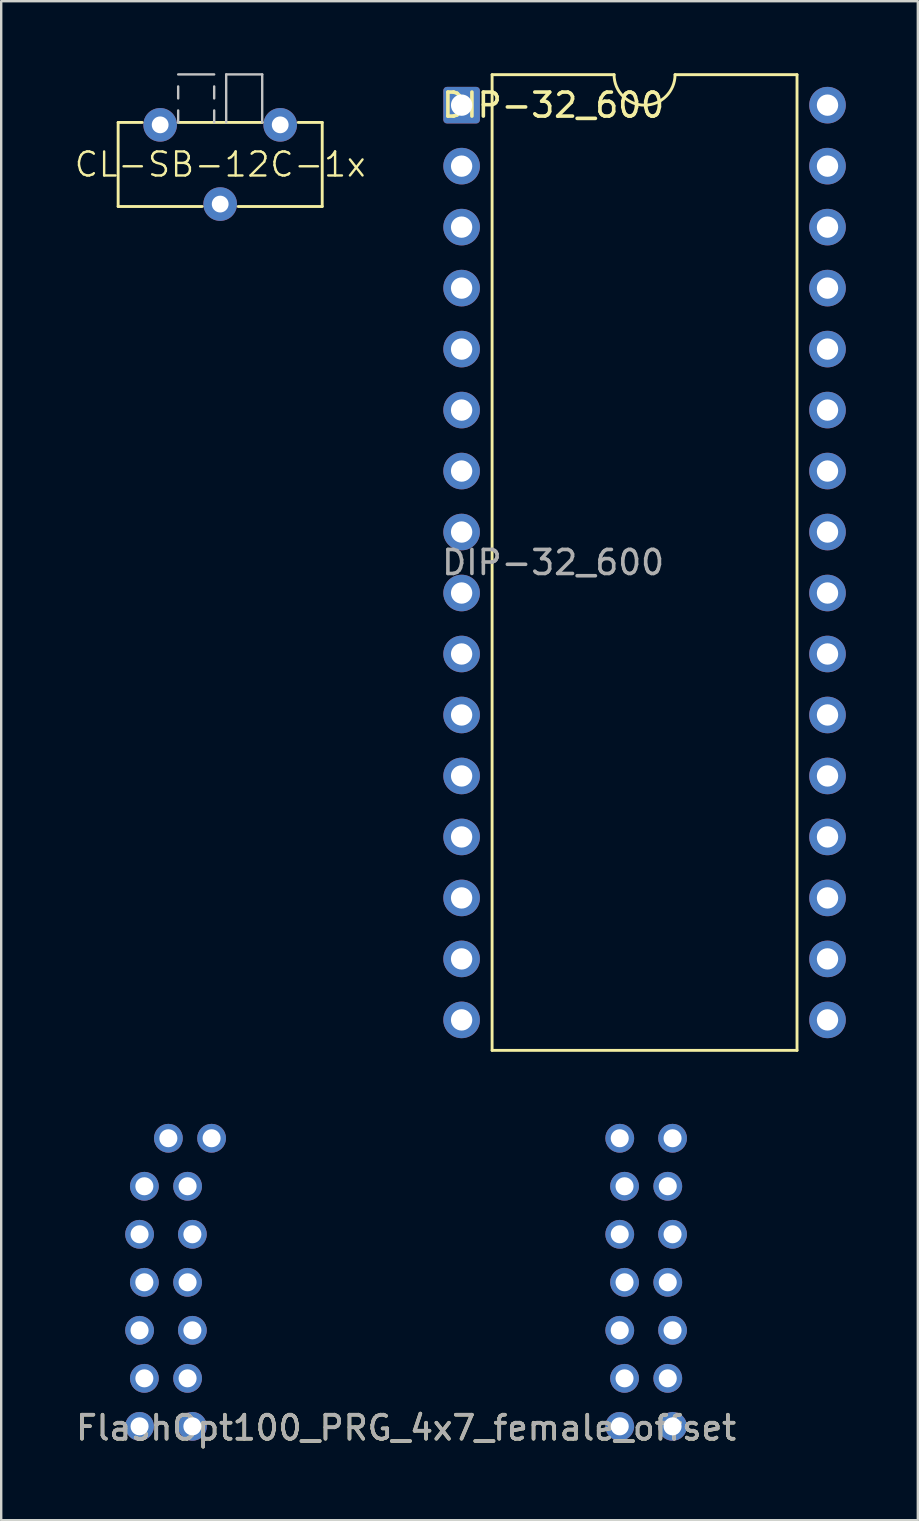
<source format=kicad_pcb>
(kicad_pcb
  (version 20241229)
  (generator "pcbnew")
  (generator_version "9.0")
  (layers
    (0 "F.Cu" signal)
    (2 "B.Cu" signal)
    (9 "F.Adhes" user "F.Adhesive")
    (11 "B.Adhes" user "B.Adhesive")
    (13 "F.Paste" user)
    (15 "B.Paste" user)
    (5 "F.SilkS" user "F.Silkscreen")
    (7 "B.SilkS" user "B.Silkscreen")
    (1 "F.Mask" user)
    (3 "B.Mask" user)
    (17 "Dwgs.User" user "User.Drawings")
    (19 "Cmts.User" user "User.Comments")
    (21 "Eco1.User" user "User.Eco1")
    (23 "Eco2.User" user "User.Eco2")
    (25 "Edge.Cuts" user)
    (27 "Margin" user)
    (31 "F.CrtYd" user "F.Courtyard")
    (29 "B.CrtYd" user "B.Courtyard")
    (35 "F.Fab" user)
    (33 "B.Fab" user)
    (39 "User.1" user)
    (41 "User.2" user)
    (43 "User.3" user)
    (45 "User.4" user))
  (footprint "CL-SB-12C-1x"
    (layer "F.Cu")
    (at 6.121 3.8)
    (property "Reference" "CL-SB-12C-1x" (at 0 0 0) (layer "F.SilkS") (effects (font (size 1 1) (thickness 0.1))))
    (attr through_hole)
    (fp_line (start -4.25 -1.75) (end -3.25 -1.75) (stroke (width 0.12) (type solid)) (layer "F.SilkS"))
    (fp_line (start -4.25 1.75) (end -4.25 -1.75) (stroke (width 0.12) (type solid)) (layer "F.SilkS"))
    (fp_line (start -4.25 1.75) (end -0.75 1.75) (stroke (width 0.12) (type solid)) (layer "F.SilkS"))
    (fp_line (start -1.75 -1.75) (end 1.75 -1.75) (stroke (width 0.12) (type solid)) (layer "F.SilkS"))
    (fp_line (start 0.75 1.75) (end 4.25 1.75) (stroke (width 0.12) (type solid)) (layer "F.SilkS"))
    (fp_line (start 3.25 -1.75) (end 4.25 -1.75) (stroke (width 0.12) (type solid)) (layer "F.SilkS"))
    (fp_line (start 4.25 -1.75) (end 4.25 1.75) (stroke (width 0.12) (type solid)) (layer "F.SilkS"))
    (fp_line (start -1.75 -2.75) (end -1.75 -3.25) (stroke (width 0.1) (type solid)) (layer "Dwgs.User"))
    (fp_line (start -1.75 -2.25) (end -1.75 -1.75) (stroke (width 0.1) (type solid)) (layer "Dwgs.User"))
    (fp_line (start -0.25 -3.75) (end -1.75 -3.75) (stroke (width 0.1) (type solid)) (layer "Dwgs.User"))
    (fp_line (start -0.25 -2.75) (end -0.25 -3.25) (stroke (width 0.1) (type solid)) (layer "Dwgs.User"))
    (fp_line (start -0.25 -1.75) (end -0.25 -2.25) (stroke (width 0.1) (type solid)) (layer "Dwgs.User"))
    (fp_line (start 0.25 -3.75) (end 0.25 -1.75) (stroke (width 0.1) (type solid)) (layer "Dwgs.User"))
    (fp_line (start 1.75 -3.75) (end 0.25 -3.75) (stroke (width 0.1) (type solid)) (layer "Dwgs.User"))
    (fp_line (start 1.75 -1.75) (end 1.75 -3.75) (stroke (width 0.1) (type solid)) (layer "Dwgs.User"))
    (pad "1" thru_hole circle (at 2.5 -1.65) (size 1.4 1.4) (drill 0.7) (layers "*.Cu" "*.Mask"))
    (pad "2" thru_hole circle (at 0 1.65) (size 1.4 1.4) (drill 0.7) (layers "*.Cu" "*.Mask"))
    (pad "3" thru_hole circle (at -2.5 -1.65) (size 1.4 1.4) (drill 0.7) (layers "*.Cu" "*.Mask")))
  (footprint "FlashOpt100_PRG_4x7_female_offset"
    (layer "F.Cu")
    (at 13.863 50.36)
    (property "Reference" "FlashOpt100_PRG_4x7_female_offset" (at 0 6.06 0) (unlocked yes) (layer "F.SilkS") (effects (font (size 1 1) (thickness 0.15))))
    (attr through_hole)
    (fp_rect (start -11.25 -0.25) (end -10.75 0.25) (stroke (width 0.01) (type solid)) (fill no) (layer "Dwgs.User"))
    (fp_text user "${REFERENCE}" (at 0 6.06 0) (layer "F.Fab") (effects (font (size 1 1) (thickness 0.15))))
    (pad "1" thru_hole circle (at -8.1 -6) (size 1.2 1.2) (drill 0.75) (layers "*.Cu" "*.Mask"))
    (pad "2" thru_hole circle (at -9.9 -6) (size 1.2 1.2) (drill 0.75) (layers "*.Cu" "*.Mask"))
    (pad "3" thru_hole circle (at -9.1 -4) (size 1.2 1.2) (drill 0.75) (layers "*.Cu" "*.Mask"))
    (pad "4" thru_hole circle (at -10.9 -4) (size 1.2 1.2) (drill 0.75) (layers "*.Cu" "*.Mask"))
    (pad "5" thru_hole circle (at -8.9 -2) (size 1.2 1.2) (drill 0.75) (layers "*.Cu" "*.Mask"))
    (pad "6" thru_hole circle (at -11.1 -2) (size 1.2 1.2) (drill 0.75) (layers "*.Cu" "*.Mask"))
    (pad "7" thru_hole circle (at -9.1 0) (size 1.2 1.2) (drill 0.75) (layers "*.Cu" "*.Mask"))
    (pad "8" thru_hole circle (at -10.9 0) (size 1.2 1.2) (drill 0.75) (layers "*.Cu" "*.Mask"))
    (pad "9" thru_hole circle (at -8.9 2) (size 1.2 1.2) (drill 0.75) (layers "*.Cu" "*.Mask"))
    (pad "10" thru_hole circle (at -11.1 2) (size 1.2 1.2) (drill 0.75) (layers "*.Cu" "*.Mask"))
    (pad "11" thru_hole circle (at -9.1 4) (size 1.2 1.2) (drill 0.75) (layers "*.Cu" "*.Mask"))
    (pad "12" thru_hole circle (at -10.9 4) (size 1.2 1.2) (drill 0.75) (layers "*.Cu" "*.Mask"))
    (pad "13" thru_hole circle (at -8.9 6) (size 1.2 1.2) (drill 0.75) (layers "*.Cu" "*.Mask"))
    (pad "14" thru_hole circle (at -11.1 6) (size 1.2 1.2) (drill 0.75) (layers "*.Cu" "*.Mask"))
    (pad "15" thru_hole circle (at 8.9 6) (size 1.2 1.2) (drill 0.75) (layers "*.Cu" "*.Mask"))
    (pad "16" thru_hole circle (at 11.1 6) (size 1.2 1.2) (drill 0.75) (layers "*.Cu" "*.Mask"))
    (pad "17" thru_hole circle (at 9.1 4) (size 1.2 1.2) (drill 0.75) (layers "*.Cu" "*.Mask"))
    (pad "18" thru_hole circle (at 10.9 4) (size 1.2 1.2) (drill 0.75) (layers "*.Cu" "*.Mask"))
    (pad "19" thru_hole circle (at 8.9 2) (size 1.2 1.2) (drill 0.75) (layers "*.Cu" "*.Mask"))
    (pad "20" thru_hole circle (at 11.1 2) (size 1.2 1.2) (drill 0.75) (layers "*.Cu" "*.Mask"))
    (pad "21" thru_hole circle (at 9.1 0) (size 1.2 1.2) (drill 0.75) (layers "*.Cu" "*.Mask"))
    (pad "22" thru_hole circle (at 10.9 0) (size 1.2 1.2) (drill 0.75) (layers "*.Cu" "*.Mask"))
    (pad "23" thru_hole circle (at 8.9 -2) (size 1.2 1.2) (drill 0.75) (layers "*.Cu" "*.Mask"))
    (pad "24" thru_hole circle (at 11.1 -2) (size 1.2 1.2) (drill 0.75) (layers "*.Cu" "*.Mask"))
    (pad "25" thru_hole circle (at 9.1 -4) (size 1.2 1.2) (drill 0.75) (layers "*.Cu" "*.Mask"))
    (pad "26" thru_hole circle (at 10.9 -4) (size 1.2 1.2) (drill 0.75) (layers "*.Cu" "*.Mask"))
    (pad "27" thru_hole circle (at 8.9 -6) (size 1.2 1.2) (drill 0.75) (layers "*.Cu" "*.Mask"))
    (pad "28" thru_hole circle (at 11.1 -6) (size 1.2 1.2) (drill 0.75) (layers "*.Cu" "*.Mask")))
  (footprint "DIP-32_600"
    (layer "F.Cu")
    (at 23.797 20.38)
    (property "Reference" "DIP-32_600" (at -3.81 -19.05 0) (layer "F.SilkS") (effects (font (size 1 1) (thickness 0.15))))
    (attr through_hole)
    (fp_line (start -6.35 -20.32) (end -6.35 20.32) (stroke (width 0.12) (type solid)) (layer "F.SilkS"))
    (fp_line (start -6.35 20.32) (end 6.35 20.32) (stroke (width 0.12) (type solid)) (layer "F.SilkS"))
    (fp_line (start -1.27 -20.32) (end -6.35 -20.32) (stroke (width 0.12) (type solid)) (layer "F.SilkS"))
    (fp_line (start 6.35 -20.32) (end 1.27 -20.32) (stroke (width 0.12) (type solid)) (layer "F.SilkS"))
    (fp_line (start 6.35 20.32) (end 6.35 -20.32) (stroke (width 0.12) (type solid)) (layer "F.SilkS"))
    (fp_arc (start 1.27 -20.32) (mid 0 -19.05) (end -1.27 -20.32) (stroke (width 0.12) (type solid)) (layer "F.SilkS"))
    (fp_text user "${REFERENCE}" (at -3.81 0 0) (layer "F.Fab") (effects (font (size 1 1) (thickness 0.15))))
    (pad "1" thru_hole roundrect (at -7.62 -19.05) (size 1.524 1.524) (drill 0.889) (layers "*.Cu" "*.Mask") (roundrect_rratio 0.1))
    (pad "2" thru_hole circle (at -7.62 -16.51) (size 1.524 1.524) (drill 0.889) (layers "*.Cu" "*.Mask"))
    (pad "3" thru_hole circle (at -7.62 -13.97) (size 1.524 1.524) (drill 0.889) (layers "*.Cu" "*.Mask"))
    (pad "4" thru_hole circle (at -7.62 -11.43) (size 1.524 1.524) (drill 0.889) (layers "*.Cu" "*.Mask"))
    (pad "5" thru_hole circle (at -7.62 -8.89) (size 1.524 1.524) (drill 0.889) (layers "*.Cu" "*.Mask"))
    (pad "6" thru_hole circle (at -7.62 -6.35) (size 1.524 1.524) (drill 0.889) (layers "*.Cu" "*.Mask"))
    (pad "7" thru_hole circle (at -7.62 -3.81) (size 1.524 1.524) (drill 0.889) (layers "*.Cu" "*.Mask"))
    (pad "8" thru_hole circle (at -7.62 -1.27) (size 1.524 1.524) (drill 0.889) (layers "*.Cu" "*.Mask"))
    (pad "9" thru_hole circle (at -7.62 1.27) (size 1.524 1.524) (drill 0.889) (layers "*.Cu" "*.Mask"))
    (pad "10" thru_hole circle (at -7.62 3.81) (size 1.524 1.524) (drill 0.889) (layers "*.Cu" "*.Mask"))
    (pad "11" thru_hole circle (at -7.62 6.35) (size 1.524 1.524) (drill 0.889) (layers "*.Cu" "*.Mask"))
    (pad "12" thru_hole circle (at -7.62 8.89) (size 1.524 1.524) (drill 0.889) (layers "*.Cu" "*.Mask"))
    (pad "13" thru_hole circle (at -7.62 11.43) (size 1.524 1.524) (drill 0.889) (layers "*.Cu" "*.Mask"))
    (pad "14" thru_hole circle (at -7.62 13.97) (size 1.524 1.524) (drill 0.889) (layers "*.Cu" "*.Mask"))
    (pad "15" thru_hole circle (at -7.62 16.51) (size 1.524 1.524) (drill 0.889) (layers "*.Cu" "*.Mask"))
    (pad "16" thru_hole circle (at -7.62 19.05) (size 1.524 1.524) (drill 0.889) (layers "*.Cu" "*.Mask"))
    (pad "17" thru_hole circle (at 7.62 19.05) (size 1.524 1.524) (drill 0.889) (layers "*.Cu" "*.Mask"))
    (pad "18" thru_hole circle (at 7.62 16.51) (size 1.524 1.524) (drill 0.889) (layers "*.Cu" "*.Mask"))
    (pad "19" thru_hole circle (at 7.62 13.97) (size 1.524 1.524) (drill 0.889) (layers "*.Cu" "*.Mask"))
    (pad "20" thru_hole circle (at 7.62 11.43) (size 1.524 1.524) (drill 0.889) (layers "*.Cu" "*.Mask"))
    (pad "21" thru_hole circle (at 7.62 8.89) (size 1.524 1.524) (drill 0.889) (layers "*.Cu" "*.Mask"))
    (pad "22" thru_hole circle (at 7.62 6.35) (size 1.524 1.524) (drill 0.889) (layers "*.Cu" "*.Mask"))
    (pad "23" thru_hole circle (at 7.62 3.81) (size 1.524 1.524) (drill 0.889) (layers "*.Cu" "*.Mask"))
    (pad "24" thru_hole circle (at 7.62 1.27) (size 1.524 1.524) (drill 0.889) (layers "*.Cu" "*.Mask"))
    (pad "25" thru_hole circle (at 7.62 -1.27) (size 1.524 1.524) (drill 0.889) (layers "*.Cu" "*.Mask"))
    (pad "26" thru_hole circle (at 7.62 -3.81) (size 1.524 1.524) (drill 0.889) (layers "*.Cu" "*.Mask"))
    (pad "27" thru_hole circle (at 7.62 -6.35) (size 1.524 1.524) (drill 0.889) (layers "*.Cu" "*.Mask"))
    (pad "28" thru_hole circle (at 7.62 -8.89) (size 1.524 1.524) (drill 0.889) (layers "*.Cu" "*.Mask"))
    (pad "29" thru_hole circle (at 7.62 -11.43) (size 1.524 1.524) (drill 0.889) (layers "*.Cu" "*.Mask"))
    (pad "30" thru_hole circle (at 7.62 -13.97) (size 1.524 1.524) (drill 0.889) (layers "*.Cu" "*.Mask"))
    (pad "31" thru_hole circle (at 7.62 -16.51) (size 1.524 1.524) (drill 0.889) (layers "*.Cu" "*.Mask"))
    (pad "32" thru_hole circle (at 7.62 -19.05) (size 1.524 1.524) (drill 0.889) (layers "*.Cu" "*.Mask")))
  (gr_rect
    (start -3 -3)
    (end 35.179 60.268)
    (stroke (width 0.1) (type default))
    (fill no)
    (layer "Edge.Cuts")))
</source>
